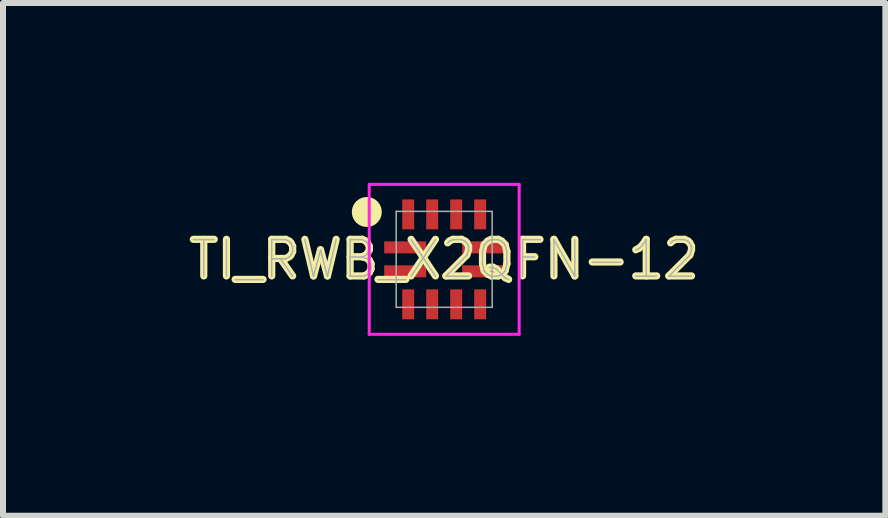
<source format=kicad_pcb>
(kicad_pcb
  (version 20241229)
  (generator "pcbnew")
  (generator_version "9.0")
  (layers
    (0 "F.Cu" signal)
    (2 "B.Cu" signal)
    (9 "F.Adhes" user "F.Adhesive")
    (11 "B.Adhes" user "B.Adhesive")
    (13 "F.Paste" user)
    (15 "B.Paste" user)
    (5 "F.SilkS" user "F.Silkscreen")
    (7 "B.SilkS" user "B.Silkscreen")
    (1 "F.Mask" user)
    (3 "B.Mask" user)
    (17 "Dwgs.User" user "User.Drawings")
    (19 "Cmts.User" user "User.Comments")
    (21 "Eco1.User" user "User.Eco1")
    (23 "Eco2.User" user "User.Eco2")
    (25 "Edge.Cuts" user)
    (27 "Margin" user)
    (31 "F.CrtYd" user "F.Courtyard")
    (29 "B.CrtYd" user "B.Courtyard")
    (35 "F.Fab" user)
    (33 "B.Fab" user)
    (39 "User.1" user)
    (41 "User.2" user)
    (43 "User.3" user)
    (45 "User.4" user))
  (footprint "TI_RWB_X2QFN-12"
    (layer "F.Cu")
    (at 4.357 1.275)
    (property "Reference" "TI_RWB_X2QFN-12" (at 0 0 0) (layer "F.SilkS") (effects (font (size 0.61 0.61) (thickness 0.12))))
    (attr smd)
    (fp_circle (center -1.29 -0.79) (end -1.165 -0.79) (stroke (width 0.25) (type solid)) (fill no) (layer "F.SilkS"))
    (fp_line (start -1.25 -1.25) (end 1.25 -1.25) (stroke (width 0.05) (type solid)) (layer "F.CrtYd"))
    (fp_line (start -1.25 1.25) (end -1.25 -1.25) (stroke (width 0.05) (type solid)) (layer "F.CrtYd"))
    (fp_line (start 1.25 -1.25) (end 1.25 1.25) (stroke (width 0.05) (type solid)) (layer "F.CrtYd"))
    (fp_line (start 1.25 1.25) (end -1.25 1.25) (stroke (width 0.05) (type solid)) (layer "F.CrtYd"))
    (fp_line (start -0.8 -0.8) (end 0.8 -0.8) (stroke (width 0.025) (type solid)) (layer "F.Fab"))
    (fp_line (start -0.8 0.8) (end -0.8 -0.8) (stroke (width 0.025) (type solid)) (layer "F.Fab"))
    (fp_line (start 0.8 -0.8) (end 0.8 0.8) (stroke (width 0.025) (type solid)) (layer "F.Fab"))
    (fp_line (start 0.8 0.8) (end -0.8 0.8) (stroke (width 0.025) (type solid)) (layer "F.Fab"))
    (fp_text user "${REFERENCE}" (at 0 0 0) (layer "F.Fab") (effects (font (size 0.61 0.61) (thickness 0.025))))
    (pad "1" smd rect (at -0.65 -0.2 270) (size 0.2 0.7) (layers "F.Cu" "F.Mask" "F.Paste"))
    (pad "2" smd rect (at -0.65 0.2 270) (size 0.2 0.7) (layers "F.Cu" "F.Mask" "F.Paste"))
    (pad "3" smd rect (at -0.6 0.75) (size 0.2 0.5) (layers "F.Cu" "F.Mask" "F.Paste"))
    (pad "4" smd rect (at -0.2 0.75) (size 0.2 0.5) (layers "F.Cu" "F.Mask" "F.Paste"))
    (pad "5" smd rect (at 0.2 0.75) (size 0.2 0.5) (layers "F.Cu" "F.Mask" "F.Paste"))
    (pad "6" smd rect (at 0.6 0.75) (size 0.2 0.5) (layers "F.Cu" "F.Mask" "F.Paste"))
    (pad "7" smd rect (at 0.65 0.2 90) (size 0.2 0.7) (layers "F.Cu" "F.Mask" "F.Paste"))
    (pad "8" smd rect (at 0.65 -0.2 90) (size 0.2 0.7) (layers "F.Cu" "F.Mask" "F.Paste"))
    (pad "9" smd rect (at 0.6 -0.75 180) (size 0.2 0.5) (layers "F.Cu" "F.Mask" "F.Paste"))
    (pad "10" smd rect (at 0.2 -0.75 180) (size 0.2 0.5) (layers "F.Cu" "F.Mask" "F.Paste"))
    (pad "11" smd rect (at -0.2 -0.75 180) (size 0.2 0.5) (layers "F.Cu" "F.Mask" "F.Paste"))
    (pad "12" smd rect (at -0.6 -0.75 180) (size 0.2 0.5) (layers "F.Cu" "F.Mask" "F.Paste")))
  (gr_rect
    (start -3 -3)
    (end 11.714 5.55)
    (stroke (width 0.1) (type default))
    (fill no)
    (layer "Edge.Cuts")))
</source>
